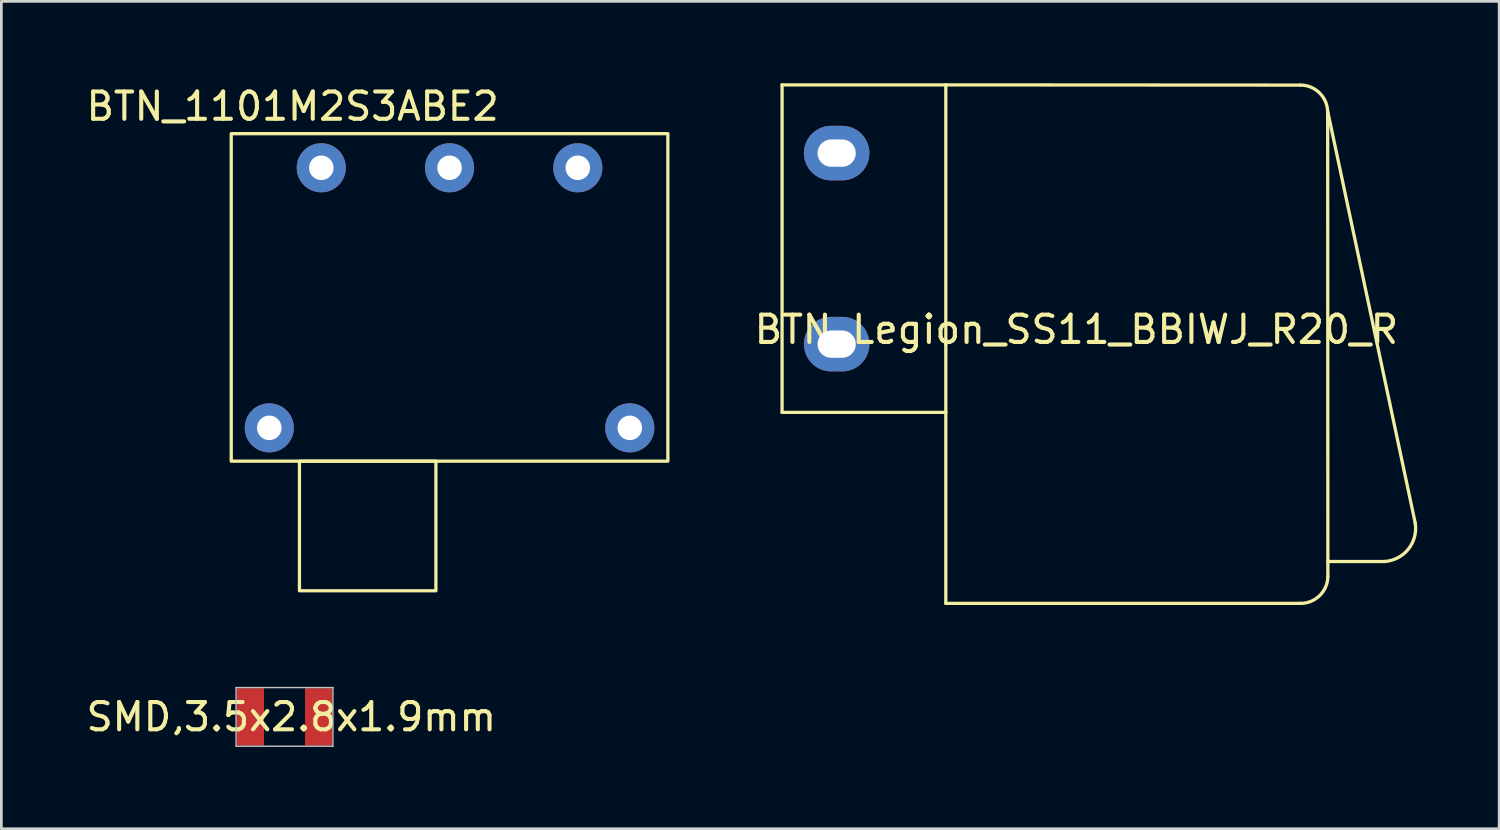
<source format=kicad_pcb>
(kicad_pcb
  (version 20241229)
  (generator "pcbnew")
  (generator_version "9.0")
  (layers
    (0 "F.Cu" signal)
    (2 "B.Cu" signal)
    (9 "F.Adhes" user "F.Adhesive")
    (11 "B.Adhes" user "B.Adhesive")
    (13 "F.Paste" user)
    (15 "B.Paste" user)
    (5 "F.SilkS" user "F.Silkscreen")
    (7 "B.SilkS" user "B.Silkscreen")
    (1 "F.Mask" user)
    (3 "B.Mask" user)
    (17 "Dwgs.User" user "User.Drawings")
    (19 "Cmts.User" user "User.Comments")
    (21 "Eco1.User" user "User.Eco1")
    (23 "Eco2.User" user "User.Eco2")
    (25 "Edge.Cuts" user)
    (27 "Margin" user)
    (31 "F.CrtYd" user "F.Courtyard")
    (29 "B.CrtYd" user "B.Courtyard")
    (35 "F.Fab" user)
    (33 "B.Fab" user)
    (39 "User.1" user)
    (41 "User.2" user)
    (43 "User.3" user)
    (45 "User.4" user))
  (footprint "BTN_Legion_SS11_BBIWJ_R20_R"
    (layer "F.Cu")
    (at 36.393 9.525)
    (property "Reference" "BTN_Legion_SS11_BBIWJ_R20_R" (at 0 -0.5 0) (unlocked yes) (layer "F.SilkS") (effects (font (size 1 1) (thickness 0.15))))
    (attr through_hole)
    (fp_line (start -10.785 -9.465) (end -10.785 2.535) (stroke (width 0.12) (type solid)) (layer "F.SilkS"))
    (fp_line (start -10.785 2.535) (end -4.785 2.535) (stroke (width 0.12) (type solid)) (layer "F.SilkS"))
    (fp_line (start -4.785 -9.465) (end -10.785 -9.465) (stroke (width 0.12) (type solid)) (layer "F.SilkS"))
    (fp_line (start -4.785 -9.465) (end 8.208 -9.457) (stroke (width 0.12) (type solid)) (layer "F.SilkS"))
    (fp_line (start -4.785 0.035) (end -4.785 -9.465) (stroke (width 0.12) (type solid)) (layer "F.SilkS"))
    (fp_line (start -4.785 9.535) (end -4.785 0.035) (stroke (width 0.12) (type solid)) (layer "F.SilkS"))
    (fp_line (start 8.215 9.535) (end -4.785 9.535) (stroke (width 0.12) (type solid)) (layer "F.SilkS"))
    (fp_line (start 9.208 -8.457) (end 9.215 8.535) (stroke (width 0.12) (type solid)) (layer "F.SilkS"))
    (fp_line (start 9.215 8) (end 11.285 8) (stroke (width 0.12) (type solid)) (layer "F.SilkS"))
    (fp_line (start 12.415 6.585) (end 9.215 -8.465) (stroke (width 0.12) (type solid)) (layer "F.SilkS"))
    (fp_arc (start 8.207859 -9.457425) (mid 8.914968 -9.164534) (end 9.207859 -8.457425) (stroke (width 0.12) (type solid)) (layer "F.SilkS"))
    (fp_arc (start 9.214966 8.535468) (mid 8.922073 9.242575) (end 8.214966 9.535468) (stroke (width 0.12) (type solid)) (layer "F.SilkS"))
    (fp_arc (start 12.414966 6.585468) (mid 12.165489 7.544747) (end 11.285035 8) (stroke (width 0.12) (type solid)) (layer "F.SilkS"))
    (pad "1" thru_hole oval (at -8.785 0.035 90) (size 2 2.4) (drill oval 1 1.4) (layers "*.Cu" "*.Mask"))
    (pad "2" thru_hole oval (at -8.785 -6.965 90) (size 2 2.4) (drill oval 1 1.4) (layers "*.Cu" "*.Mask")))
  (footprint "BTN_1101M2S3ABE2"
    (layer "F.Cu")
    (at 13.423 3.098)
    (property "Reference" "BTN_1101M2S3ABE2" (at -5.75 -2.25 0) (unlocked yes) (layer "F.SilkS") (effects (font (size 1 1) (thickness 0.15))))
    (attr through_hole)
    (fp_rect (start -8 10.75) (end 8 -1.25) (stroke (width 0.12) (type solid)) (fill no) (layer "F.SilkS"))
    (fp_rect (start -5.5 10.75) (end -0.5 15.5) (stroke (width 0.12) (type solid)) (fill no) (layer "F.SilkS"))
    (pad "1" thru_hole circle (at 4.7 0) (size 1.8 1.8) (drill 0.9) (layers "*.Cu" "*.Mask"))
    (pad "2" thru_hole circle (at 0 0) (size 1.8 1.8) (drill 0.9) (layers "*.Cu" "*.Mask"))
    (pad "3" thru_hole circle (at -4.7 0) (size 1.8 1.8) (drill 0.9) (layers "*.Cu" "*.Mask"))
    (pad "4" thru_hole circle (at 6.605 9.53) (size 1.8 1.8) (drill 0.9) (layers "*.Cu" "*.Mask"))
    (pad "5" thru_hole circle (at -6.605 9.53) (size 1.8 1.8) (drill 0.9) (layers "*.Cu" "*.Mask")))
  (footprint "SMD,3.5x2.8x1.9mm"
    (layer "F.Cu")
    (at 7.625 23.22)
    (property "Reference" "SMD,3.5x2.8x1.9mm" (at 0 0 0) (unlocked yes) (layer "F.SilkS") (effects (font (size 1 1) (thickness 0.15))))
    (attr smd)
    (fp_line (start -2.025 -1.075) (end 1.525 -1.075) (stroke (width 0.05) (type solid)) (layer "Dwgs.User"))
    (fp_line (start -2.025 1.075) (end -2.025 -1.075) (stroke (width 0.05) (type solid)) (layer "Dwgs.User"))
    (fp_line (start 1.525 -1.075) (end 1.525 1.075) (stroke (width 0.05) (type solid)) (layer "Dwgs.User"))
    (fp_line (start 1.525 1.075) (end -2.025 1.075) (stroke (width 0.05) (type solid)) (layer "Dwgs.User"))
    (pad "1" smd rect (at -1.5 0) (size 1 2.1) (layers "F.Cu" "F.Mask" "F.Paste"))
    (pad "2" smd rect (at 1 0) (size 1 2.1) (layers "F.Cu" "F.Mask" "F.Paste")))
  (gr_rect
    (start -3 -3)
    (end 51.885 27.32)
    (stroke (width 0.1) (type default))
    (fill no)
    (layer "Edge.Cuts")))
</source>
